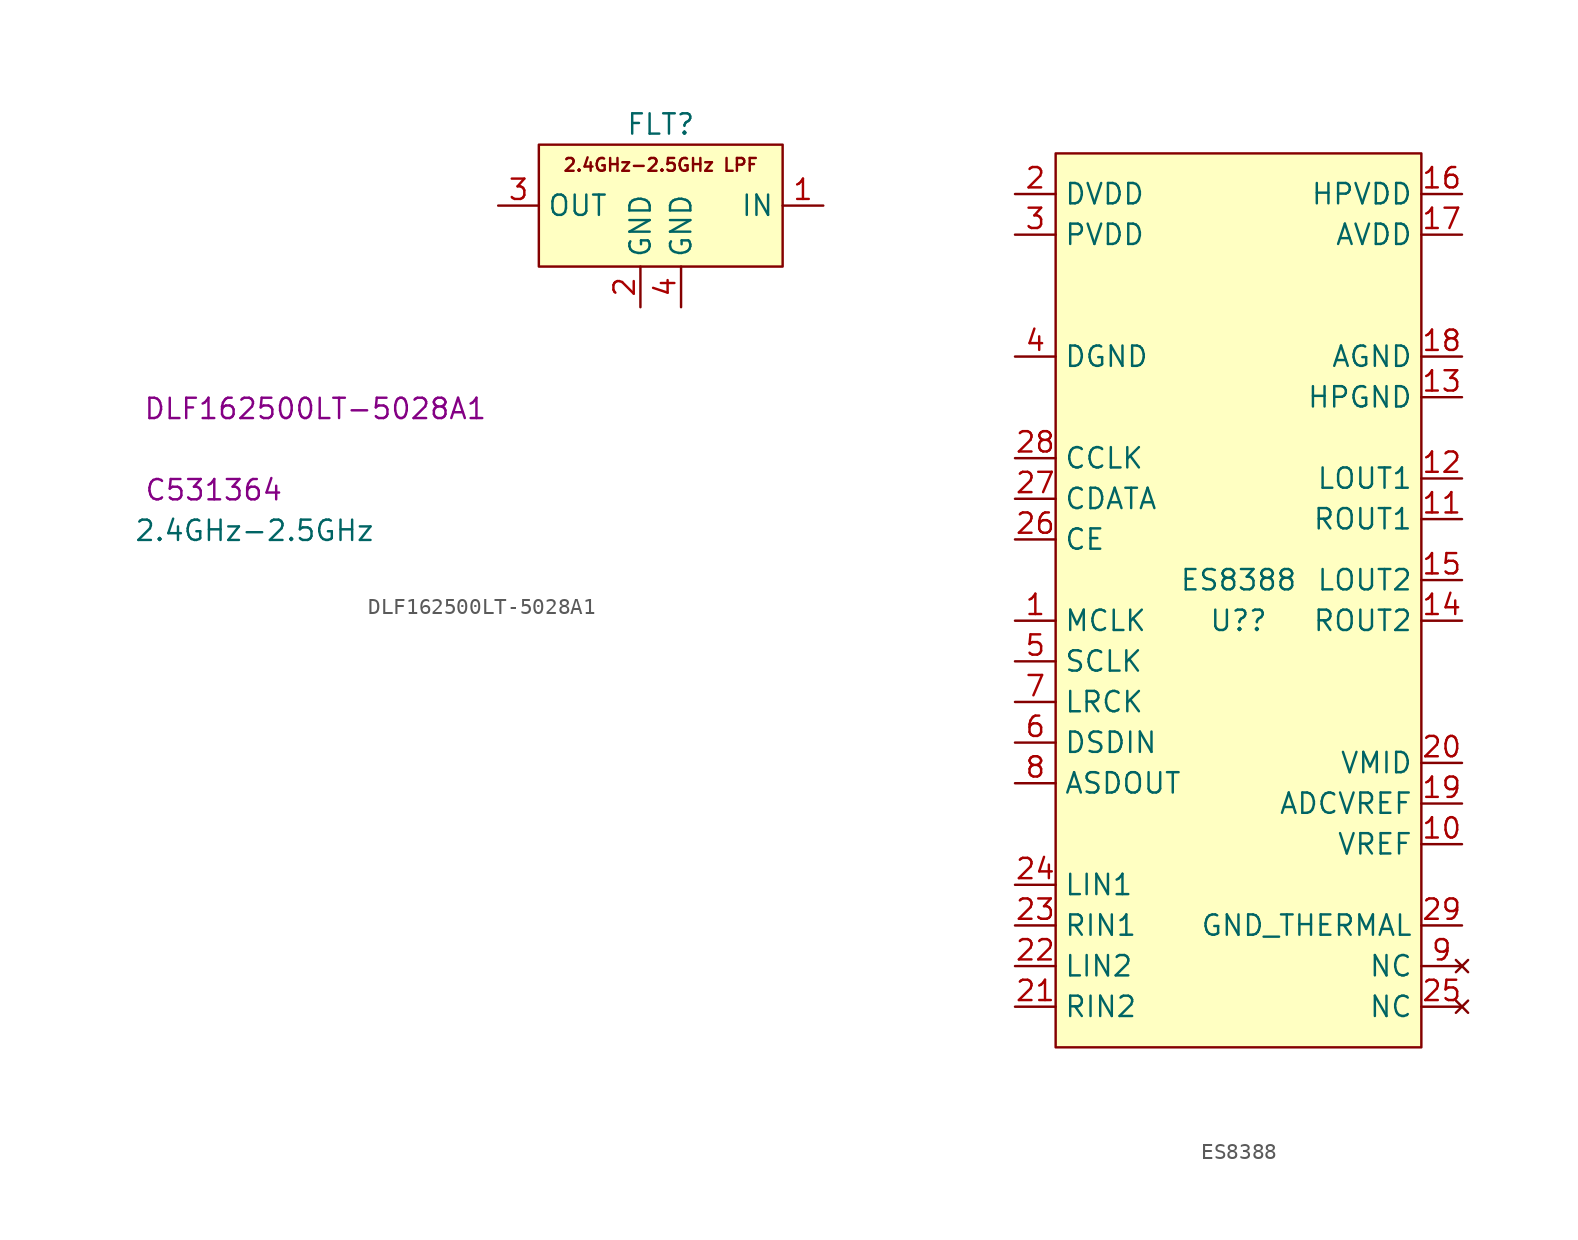
<source format=kicad_sym>
(kicad_symbol_lib
  (version 20231120)
  (generator "kicad_symbol_editor")
  (generator_version "8.0")
  (symbol "DLF162500LT-5028A1"
    (property "Reference" "FLT"
      (at 0 5.08 0)
      (effects (font (size 1.27 1.27))))
    (property "Value" "2.4GHz-2.5GHz"
      (at -25.4 -20.32 0)
      (effects (font (size 1.27 1.27))))
    (property "Supplier Part Number" "C531364"
      (at -27.94 -17.78 0)
      (effects (font (size 1.27 1.27))))
    (property "Manufacturer Part Number" "DLF162500LT-5028A1"
      (at -21.59 -12.7 0)
      (effects (font (size 1.27 1.27))))
    (symbol "DLF162500LT-5028A1_0_0"
      (pin passive line (at 10.16 0 180) (length 2.54) (name "IN" (effects (font (size 1.27 1.27)))) (number "1" (effects (font (size 1.27 1.27)))))
      (pin passive line (at -1.27 -6.35 90) (length 2.54) (name "GND" (effects (font (size 1.27 1.27)))) (number "2" (effects (font (size 1.27 1.27)))))
      (pin passive line (at -10.16 0 0) (length 2.54) (name "OUT" (effects (font (size 1.27 1.27)))) (number "3" (effects (font (size 1.27 1.27)))))
      (pin passive line (at 1.27 -6.35 90) (length 2.54) (name "GND" (effects (font (size 1.27 1.27)))) (number "4" (effects (font (size 1.27 1.27))))))
    (symbol "DLF162500LT-5028A1_1_1"
      (rectangle (start -7.62 3.81) (end 7.62 -3.81) (stroke (width 0) (type default)) (fill (type background)))
      (text "2.4GHz-2.5GHz LPF" (at 0 2.54 0) (effects (font (size 0.8 0.8))))))
  (symbol "ES8388"
    (property "Reference" "U?"
      (at 0 -1.27 0)
      (effects (font (size 1.27 1.27))))
    (property "Value" "ES8388"
      (at 0 1.27 0)
      (effects (font (size 1.27 1.27))))
    (symbol "ES8388_1_1"
      (rectangle (start -11.43 27.94) (end 11.43 -27.94) (stroke (width 0) (type default)) (fill (type background)))
      (pin input line (at -13.97 -1.27 0) (length 2.54) (name "MCLK" (effects (font (size 1.27 1.27)))) (number "1" (effects (font (size 1.27 1.27)))))
      (pin output line (at 13.97 -15.24 180) (length 2.54) (name "VREF" (effects (font (size 1.27 1.27)))) (number "10" (effects (font (size 1.27 1.27)))))
      (pin output line (at 13.97 5.08 180) (length 2.54) (name "ROUT1" (effects (font (size 1.27 1.27)))) (number "11" (effects (font (size 1.27 1.27)))))
      (pin output line (at 13.97 7.62 180) (length 2.54) (name "LOUT1" (effects (font (size 1.27 1.27)))) (number "12" (effects (font (size 1.27 1.27)))))
      (pin power_in line (at 13.97 12.7 180) (length 2.54) (name "HPGND" (effects (font (size 1.27 1.27)))) (number "13" (effects (font (size 1.27 1.27)))))
      (pin output line (at 13.97 -1.27 180) (length 2.54) (name "ROUT2" (effects (font (size 1.27 1.27)))) (number "14" (effects (font (size 1.27 1.27)))))
      (pin output line (at 13.97 1.27 180) (length 2.54) (name "LOUT2" (effects (font (size 1.27 1.27)))) (number "15" (effects (font (size 1.27 1.27)))))
      (pin power_in line (at 13.97 25.4 180) (length 2.54) (name "HPVDD" (effects (font (size 1.27 1.27)))) (number "16" (effects (font (size 1.27 1.27)))))
      (pin power_in line (at 13.97 22.86 180) (length 2.54) (name "AVDD" (effects (font (size 1.27 1.27)))) (number "17" (effects (font (size 1.27 1.27)))))
      (pin power_in line (at 13.97 15.24 180) (length 2.54) (name "AGND" (effects (font (size 1.27 1.27)))) (number "18" (effects (font (size 1.27 1.27)))))
      (pin output line (at 13.97 -12.7 180) (length 2.54) (name "ADCVREF" (effects (font (size 1.27 1.27)))) (number "19" (effects (font (size 1.27 1.27)))))
      (pin power_in line (at -13.97 25.4 0) (length 2.54) (name "DVDD" (effects (font (size 1.27 1.27)))) (number "2" (effects (font (size 1.27 1.27)))))
      (pin output line (at 13.97 -10.16 180) (length 2.54) (name "VMID" (effects (font (size 1.27 1.27)))) (number "20" (effects (font (size 1.27 1.27)))))
      (pin input line (at -13.97 -25.4 0) (length 2.54) (name "RIN2" (effects (font (size 1.27 1.27)))) (number "21" (effects (font (size 1.27 1.27)))))
      (pin input line (at -13.97 -22.86 0) (length 2.54) (name "LIN2" (effects (font (size 1.27 1.27)))) (number "22" (effects (font (size 1.27 1.27)))))
      (pin input line (at -13.97 -20.32 0) (length 2.54) (name "RIN1" (effects (font (size 1.27 1.27)))) (number "23" (effects (font (size 1.27 1.27)))))
      (pin input line (at -13.97 -17.78 0) (length 2.54) (name "LIN1" (effects (font (size 1.27 1.27)))) (number "24" (effects (font (size 1.27 1.27)))))
      (pin no_connect line (at 13.97 -25.4 180) (length 2.54) (name "NC" (effects (font (size 1.27 1.27)))) (number "25" (effects (font (size 1.27 1.27)))))
      (pin input line (at -13.97 3.81 0) (length 2.54) (name "CE" (effects (font (size 1.27 1.27)))) (number "26" (effects (font (size 1.27 1.27)))))
      (pin bidirectional line (at -13.97 6.35 0) (length 2.54) (name "CDATA" (effects (font (size 1.27 1.27)))) (number "27" (effects (font (size 1.27 1.27)))))
      (pin input line (at -13.97 8.89 0) (length 2.54) (name "CCLK" (effects (font (size 1.27 1.27)))) (number "28" (effects (font (size 1.27 1.27)))))
      (pin power_in line (at 13.97 -20.32 180) (length 2.54) (name "GND_THERMAL" (effects (font (size 1.27 1.27)))) (number "29" (effects (font (size 1.27 1.27)))))
      (pin power_in line (at -13.97 22.86 0) (length 2.54) (name "PVDD" (effects (font (size 1.27 1.27)))) (number "3" (effects (font (size 1.27 1.27)))))
      (pin power_in line (at -13.97 15.24 0) (length 2.54) (name "DGND" (effects (font (size 1.27 1.27)))) (number "4" (effects (font (size 1.27 1.27)))))
      (pin bidirectional line (at -13.97 -3.81 0) (length 2.54) (name "SCLK" (effects (font (size 1.27 1.27)))) (number "5" (effects (font (size 1.27 1.27)))))
      (pin input line (at -13.97 -8.89 0) (length 2.54) (name "DSDIN" (effects (font (size 1.27 1.27)))) (number "6" (effects (font (size 1.27 1.27)))))
      (pin bidirectional line (at -13.97 -6.35 0) (length 2.54) (name "LRCK" (effects (font (size 1.27 1.27)))) (number "7" (effects (font (size 1.27 1.27)))))
      (pin output line (at -13.97 -11.43 0) (length 2.54) (name "ASDOUT" (effects (font (size 1.27 1.27)))) (number "8" (effects (font (size 1.27 1.27)))))
      (pin no_connect line (at 13.97 -22.86 180) (length 2.54) (name "NC" (effects (font (size 1.27 1.27)))) (number "9" (effects (font (size 1.27 1.27))))))))
</source>
